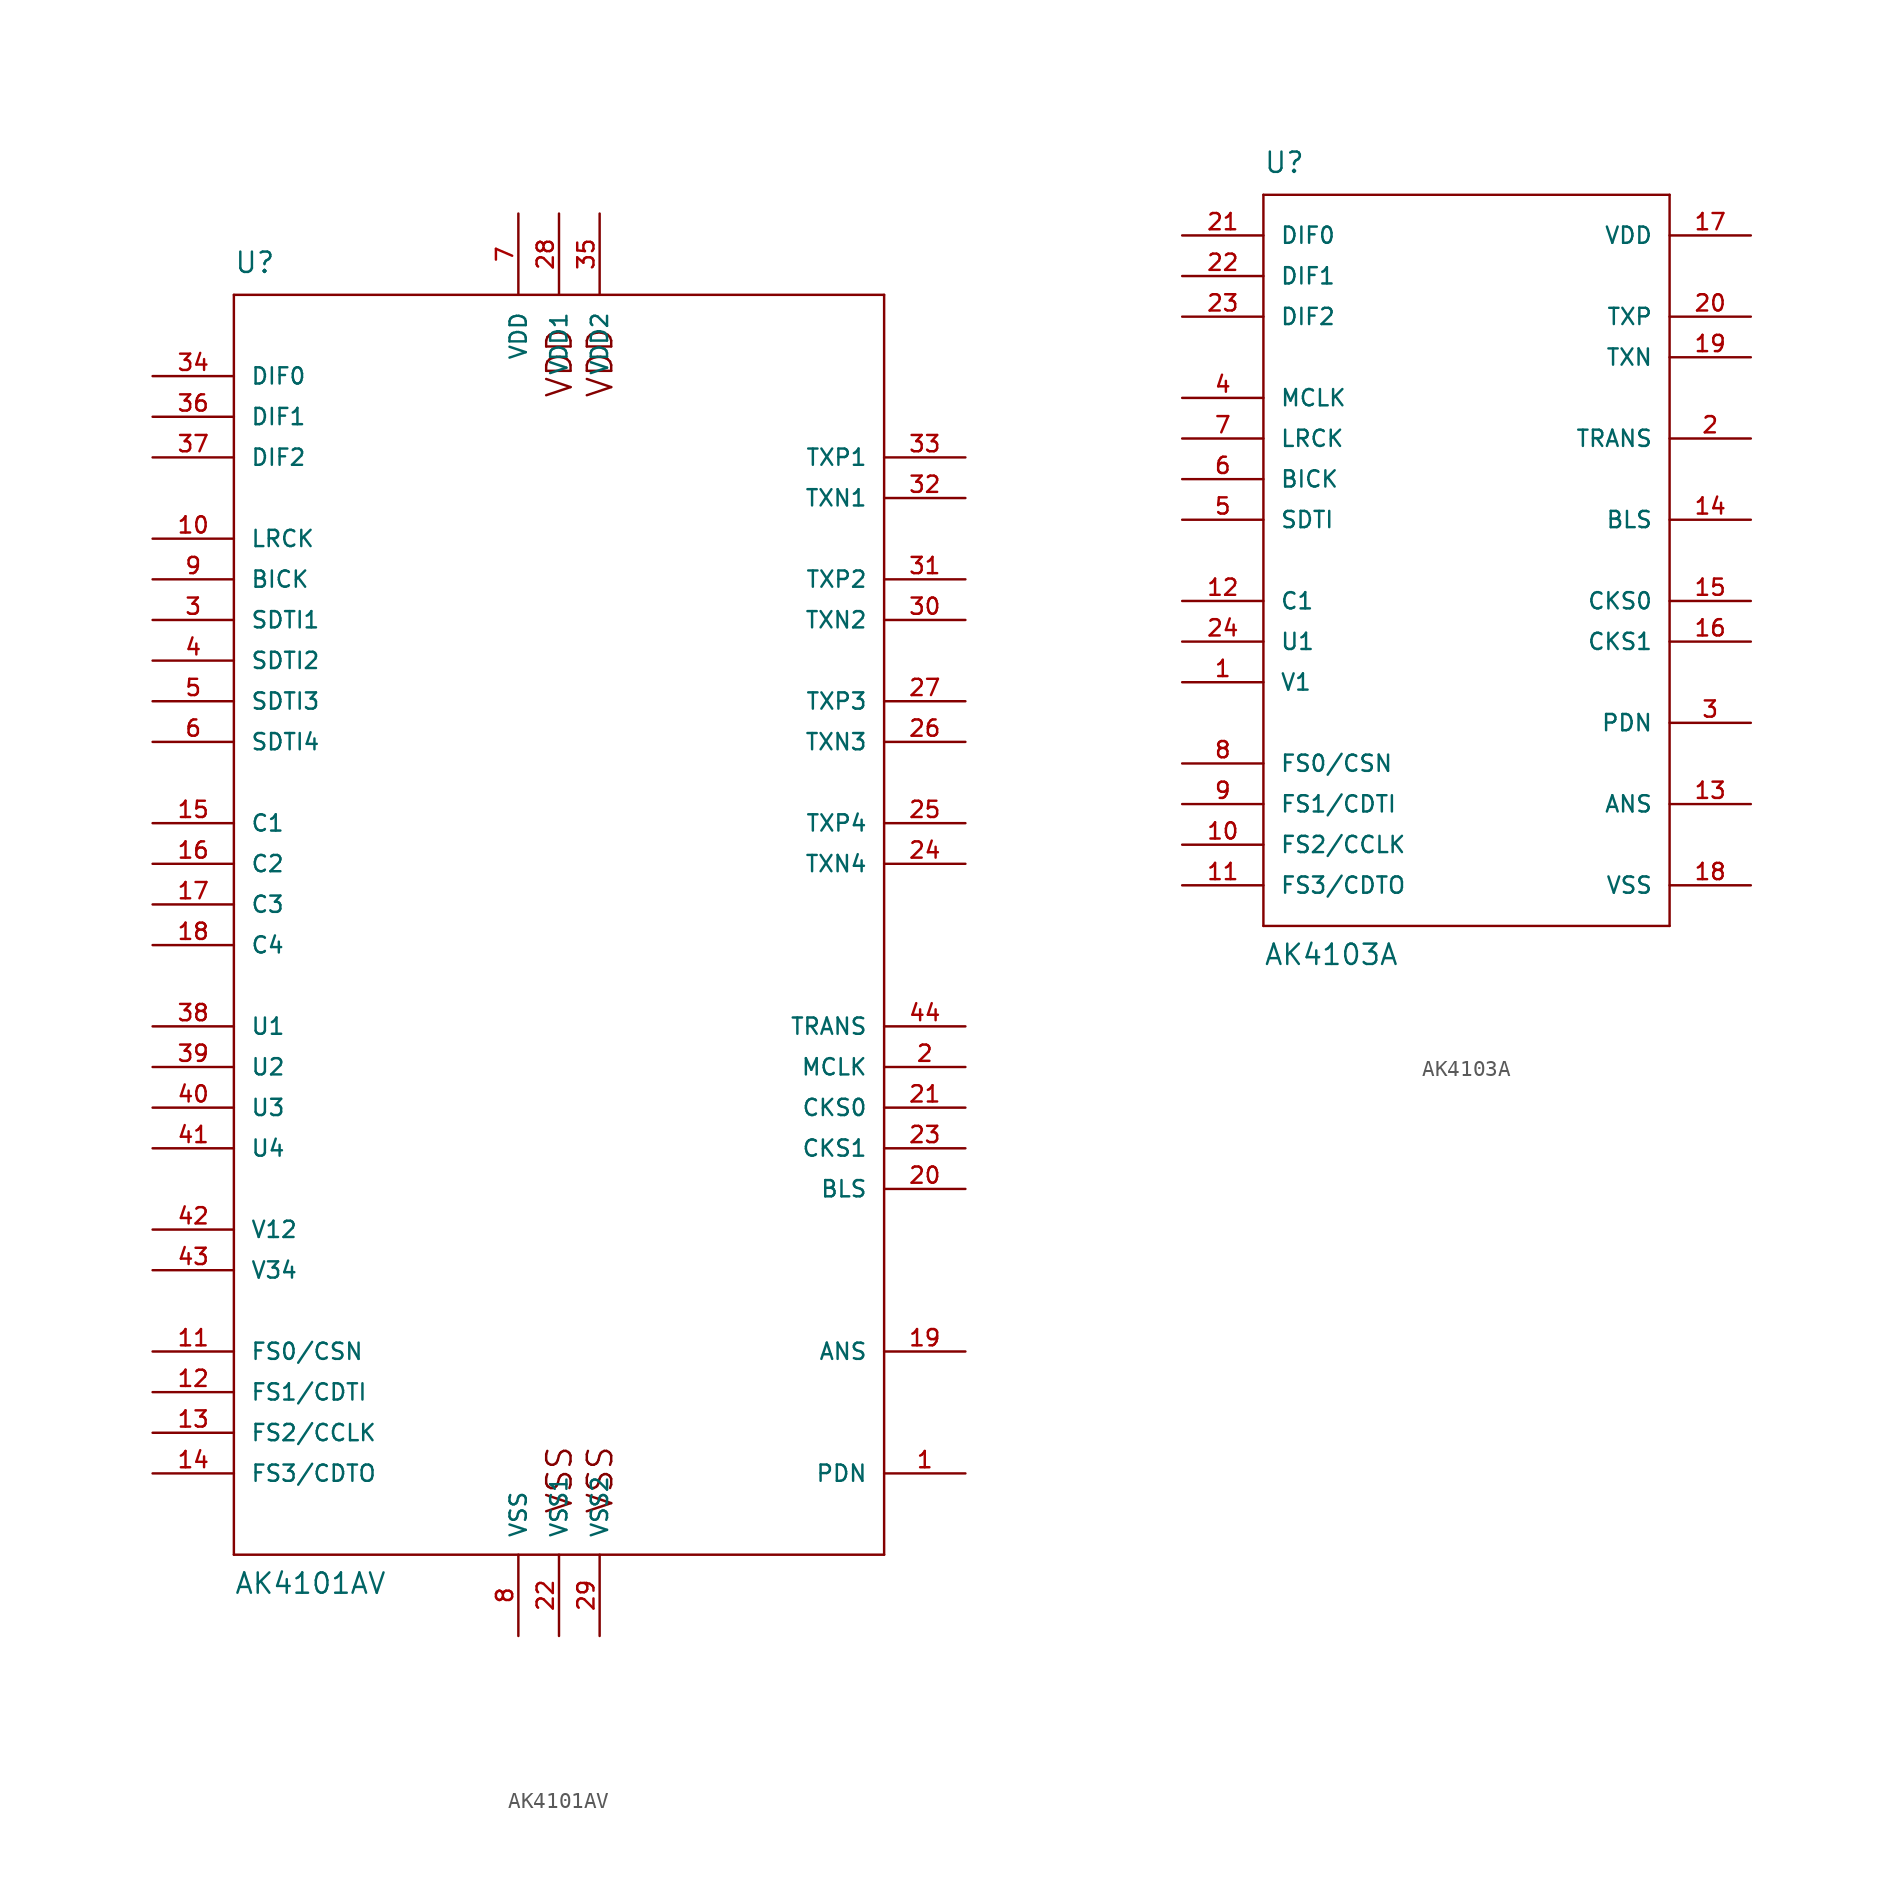
<source format=kicad_sym>
(kicad_symbol_lib
  (version 20211014)
  (generator kicad_symbol_editor)
  (symbol "AK4101AV"
    (pin_names
      (offset 1.016))
    (property "Reference" "U"
      (at -20.32 41.91 0)
      (effects (font (size 1.27 1.27)) (justify left bottom)))
    (property "Value" "AK4101AV"
      (at -20.32 -40.64 0)
      (effects (font (size 1.27 1.27)) (justify left bottom)))
    (property "ki_locked" ""
      (at 0 0 0)
      (effects (font (size 1.27 1.27))))
    (symbol "AK4101AV_1_0"
      (polyline (pts (xy -20.32 -38.1) (xy -20.32 40.64)) (stroke (width 0) (type default) (color 0 0 0 0)) (fill (type none)))
      (polyline (pts (xy -20.32 40.64) (xy 20.32 40.64)) (stroke (width 0) (type default) (color 0 0 0 0)) (fill (type none)))
      (polyline (pts (xy 20.32 -38.1) (xy -20.32 -38.1)) (stroke (width 0) (type default) (color 0 0 0 0)) (fill (type none)))
      (polyline (pts (xy 20.32 40.64) (xy 20.32 -38.1)) (stroke (width 0) (type default) (color 0 0 0 0)) (fill (type none)))
      (text "VDD" (at 0.025 36.398 1) (effects (font (size 1.524 1.524))))
      (text "VDD" (at 2.565 36.398 1) (effects (font (size 1.524 1.524))))
      (text "VSS" (at 0.025 -33.426 1) (effects (font (size 1.524 1.524))))
      (text "VSS" (at 2.565 -33.426 1) (effects (font (size 1.524 1.524)))))
    (symbol "AK4101AV_1_1"
      (pin bidirectional line (at 25.4 -33.02 180) (length 5.08) (name "PDN" (effects (font (size 1.016 1.016)))) (number "1" (effects (font (size 1.016 1.016)))))
      (pin bidirectional line (at -25.4 25.4 0) (length 5.08) (name "LRCK" (effects (font (size 1.016 1.016)))) (number "10" (effects (font (size 1.016 1.016)))))
      (pin bidirectional line (at -25.4 -25.4 0) (length 5.08) (name "FS0/CSN" (effects (font (size 1.016 1.016)))) (number "11" (effects (font (size 1.016 1.016)))))
      (pin bidirectional line (at -25.4 -27.94 0) (length 5.08) (name "FS1/CDTI" (effects (font (size 1.016 1.016)))) (number "12" (effects (font (size 1.016 1.016)))))
      (pin bidirectional line (at -25.4 -30.48 0) (length 5.08) (name "FS2/CCLK" (effects (font (size 1.016 1.016)))) (number "13" (effects (font (size 1.016 1.016)))))
      (pin bidirectional line (at -25.4 -33.02 0) (length 5.08) (name "FS3/CDTO" (effects (font (size 1.016 1.016)))) (number "14" (effects (font (size 1.016 1.016)))))
      (pin bidirectional line (at -25.4 7.62 0) (length 5.08) (name "C1" (effects (font (size 1.016 1.016)))) (number "15" (effects (font (size 1.016 1.016)))))
      (pin bidirectional line (at -25.4 5.08 0) (length 5.08) (name "C2" (effects (font (size 1.016 1.016)))) (number "16" (effects (font (size 1.016 1.016)))))
      (pin bidirectional line (at -25.4 2.54 0) (length 5.08) (name "C3" (effects (font (size 1.016 1.016)))) (number "17" (effects (font (size 1.016 1.016)))))
      (pin bidirectional line (at -25.4 0 0) (length 5.08) (name "C4" (effects (font (size 1.016 1.016)))) (number "18" (effects (font (size 1.016 1.016)))))
      (pin bidirectional line (at 25.4 -25.4 180) (length 5.08) (name "ANS" (effects (font (size 1.016 1.016)))) (number "19" (effects (font (size 1.016 1.016)))))
      (pin bidirectional line (at 25.4 -7.62 180) (length 5.08) (name "MCLK" (effects (font (size 1.016 1.016)))) (number "2" (effects (font (size 1.016 1.016)))))
      (pin bidirectional line (at 25.4 -15.24 180) (length 5.08) (name "BLS" (effects (font (size 1.016 1.016)))) (number "20" (effects (font (size 1.016 1.016)))))
      (pin bidirectional line (at 25.4 -10.16 180) (length 5.08) (name "CKS0" (effects (font (size 1.016 1.016)))) (number "21" (effects (font (size 1.016 1.016)))))
      (pin bidirectional line (at 0 -43.18 90) (length 5.08) (name "VSS1" (effects (font (size 1.016 1.016)))) (number "22" (effects (font (size 1.016 1.016)))))
      (pin bidirectional line (at 25.4 -12.7 180) (length 5.08) (name "CKS1" (effects (font (size 1.016 1.016)))) (number "23" (effects (font (size 1.016 1.016)))))
      (pin bidirectional line (at 25.4 5.08 180) (length 5.08) (name "TXN4" (effects (font (size 1.016 1.016)))) (number "24" (effects (font (size 1.016 1.016)))))
      (pin bidirectional line (at 25.4 7.62 180) (length 5.08) (name "TXP4" (effects (font (size 1.016 1.016)))) (number "25" (effects (font (size 1.016 1.016)))))
      (pin bidirectional line (at 25.4 12.7 180) (length 5.08) (name "TXN3" (effects (font (size 1.016 1.016)))) (number "26" (effects (font (size 1.016 1.016)))))
      (pin bidirectional line (at 25.4 15.24 180) (length 5.08) (name "TXP3" (effects (font (size 1.016 1.016)))) (number "27" (effects (font (size 1.016 1.016)))))
      (pin bidirectional line (at 0 45.72 270) (length 5.08) (name "VDD1" (effects (font (size 1.016 1.016)))) (number "28" (effects (font (size 1.016 1.016)))))
      (pin bidirectional line (at 2.54 -43.18 90) (length 5.08) (name "VSS2" (effects (font (size 1.016 1.016)))) (number "29" (effects (font (size 1.016 1.016)))))
      (pin bidirectional line (at -25.4 20.32 0) (length 5.08) (name "SDTI1" (effects (font (size 1.016 1.016)))) (number "3" (effects (font (size 1.016 1.016)))))
      (pin bidirectional line (at 25.4 20.32 180) (length 5.08) (name "TXN2" (effects (font (size 1.016 1.016)))) (number "30" (effects (font (size 1.016 1.016)))))
      (pin bidirectional line (at 25.4 22.86 180) (length 5.08) (name "TXP2" (effects (font (size 1.016 1.016)))) (number "31" (effects (font (size 1.016 1.016)))))
      (pin bidirectional line (at 25.4 27.94 180) (length 5.08) (name "TXN1" (effects (font (size 1.016 1.016)))) (number "32" (effects (font (size 1.016 1.016)))))
      (pin bidirectional line (at 25.4 30.48 180) (length 5.08) (name "TXP1" (effects (font (size 1.016 1.016)))) (number "33" (effects (font (size 1.016 1.016)))))
      (pin bidirectional line (at -25.4 35.56 0) (length 5.08) (name "DIF0" (effects (font (size 1.016 1.016)))) (number "34" (effects (font (size 1.016 1.016)))))
      (pin bidirectional line (at 2.54 45.72 270) (length 5.08) (name "VDD2" (effects (font (size 1.016 1.016)))) (number "35" (effects (font (size 1.016 1.016)))))
      (pin bidirectional line (at -25.4 33.02 0) (length 5.08) (name "DIF1" (effects (font (size 1.016 1.016)))) (number "36" (effects (font (size 1.016 1.016)))))
      (pin bidirectional line (at -25.4 30.48 0) (length 5.08) (name "DIF2" (effects (font (size 1.016 1.016)))) (number "37" (effects (font (size 1.016 1.016)))))
      (pin bidirectional line (at -25.4 -5.08 0) (length 5.08) (name "U1" (effects (font (size 1.016 1.016)))) (number "38" (effects (font (size 1.016 1.016)))))
      (pin bidirectional line (at -25.4 -7.62 0) (length 5.08) (name "U2" (effects (font (size 1.016 1.016)))) (number "39" (effects (font (size 1.016 1.016)))))
      (pin bidirectional line (at -25.4 17.78 0) (length 5.08) (name "SDTI2" (effects (font (size 1.016 1.016)))) (number "4" (effects (font (size 1.016 1.016)))))
      (pin bidirectional line (at -25.4 -10.16 0) (length 5.08) (name "U3" (effects (font (size 1.016 1.016)))) (number "40" (effects (font (size 1.016 1.016)))))
      (pin bidirectional line (at -25.4 -12.7 0) (length 5.08) (name "U4" (effects (font (size 1.016 1.016)))) (number "41" (effects (font (size 1.016 1.016)))))
      (pin bidirectional line (at -25.4 -17.78 0) (length 5.08) (name "V12" (effects (font (size 1.016 1.016)))) (number "42" (effects (font (size 1.016 1.016)))))
      (pin bidirectional line (at -25.4 -20.32 0) (length 5.08) (name "V34" (effects (font (size 1.016 1.016)))) (number "43" (effects (font (size 1.016 1.016)))))
      (pin bidirectional line (at 25.4 -5.08 180) (length 5.08) (name "TRANS" (effects (font (size 1.016 1.016)))) (number "44" (effects (font (size 1.016 1.016)))))
      (pin bidirectional line (at -25.4 15.24 0) (length 5.08) (name "SDTI3" (effects (font (size 1.016 1.016)))) (number "5" (effects (font (size 1.016 1.016)))))
      (pin bidirectional line (at -25.4 12.7 0) (length 5.08) (name "SDTI4" (effects (font (size 1.016 1.016)))) (number "6" (effects (font (size 1.016 1.016)))))
      (pin bidirectional line (at -2.54 45.72 270) (length 5.08) (name "VDD" (effects (font (size 1.016 1.016)))) (number "7" (effects (font (size 1.016 1.016)))))
      (pin bidirectional line (at -2.54 -43.18 90) (length 5.08) (name "VSS" (effects (font (size 1.016 1.016)))) (number "8" (effects (font (size 1.016 1.016)))))
      (pin bidirectional line (at -25.4 22.86 0) (length 5.08) (name "BICK" (effects (font (size 1.016 1.016)))) (number "9" (effects (font (size 1.016 1.016)))))))
  (symbol "AK4103A"
    (pin_names
      (offset 1.016))
    (property "Reference" "U"
      (at -12.7 21.59 0)
      (effects (font (size 1.27 1.27)) (justify left bottom)))
    (property "Value" "AK4103A"
      (at -12.7 -27.94 0)
      (effects (font (size 1.27 1.27)) (justify left bottom)))
    (property "ki_locked" ""
      (at 0 0 0)
      (effects (font (size 1.27 1.27))))
    (symbol "AK4103A_1_0"
      (polyline (pts (xy -12.7 -25.4) (xy -12.7 20.32)) (stroke (width 0) (type default) (color 0 0 0 0)) (fill (type none)))
      (polyline (pts (xy -12.7 20.32) (xy 12.7 20.32)) (stroke (width 0) (type default) (color 0 0 0 0)) (fill (type none)))
      (polyline (pts (xy 12.7 -25.4) (xy -12.7 -25.4)) (stroke (width 0) (type default) (color 0 0 0 0)) (fill (type none)))
      (polyline (pts (xy 12.7 20.32) (xy 12.7 -25.4)) (stroke (width 0) (type default) (color 0 0 0 0)) (fill (type none))))
    (symbol "AK4103A_1_1"
      (pin input line (at -17.78 -10.16 0) (length 5.08) (name "V1" (effects (font (size 1.016 1.016)))) (number "1" (effects (font (size 1.016 1.016)))))
      (pin bidirectional line (at -17.78 -20.32 0) (length 5.08) (name "FS2/CCLK" (effects (font (size 1.016 1.016)))) (number "10" (effects (font (size 1.016 1.016)))))
      (pin bidirectional line (at -17.78 -22.86 0) (length 5.08) (name "FS3/CDTO" (effects (font (size 1.016 1.016)))) (number "11" (effects (font (size 1.016 1.016)))))
      (pin input line (at -17.78 -5.08 0) (length 5.08) (name "C1" (effects (font (size 1.016 1.016)))) (number "12" (effects (font (size 1.016 1.016)))))
      (pin bidirectional line (at 17.78 -17.78 180) (length 5.08) (name "ANS" (effects (font (size 1.016 1.016)))) (number "13" (effects (font (size 1.016 1.016)))))
      (pin bidirectional line (at 17.78 0 180) (length 5.08) (name "BLS" (effects (font (size 1.016 1.016)))) (number "14" (effects (font (size 1.016 1.016)))))
      (pin input line (at 17.78 -5.08 180) (length 5.08) (name "CKS0" (effects (font (size 1.016 1.016)))) (number "15" (effects (font (size 1.016 1.016)))))
      (pin input line (at 17.78 -7.62 180) (length 5.08) (name "CKS1" (effects (font (size 1.016 1.016)))) (number "16" (effects (font (size 1.016 1.016)))))
      (pin bidirectional line (at 17.78 17.78 180) (length 5.08) (name "VDD" (effects (font (size 1.016 1.016)))) (number "17" (effects (font (size 1.016 1.016)))))
      (pin bidirectional line (at 17.78 -22.86 180) (length 5.08) (name "VSS" (effects (font (size 1.016 1.016)))) (number "18" (effects (font (size 1.016 1.016)))))
      (pin output line (at 17.78 10.16 180) (length 5.08) (name "TXN" (effects (font (size 1.016 1.016)))) (number "19" (effects (font (size 1.016 1.016)))))
      (pin input line (at 17.78 5.08 180) (length 5.08) (name "TRANS" (effects (font (size 1.016 1.016)))) (number "2" (effects (font (size 1.016 1.016)))))
      (pin output line (at 17.78 12.7 180) (length 5.08) (name "TXP" (effects (font (size 1.016 1.016)))) (number "20" (effects (font (size 1.016 1.016)))))
      (pin input line (at -17.78 17.78 0) (length 5.08) (name "DIF0" (effects (font (size 1.016 1.016)))) (number "21" (effects (font (size 1.016 1.016)))))
      (pin input line (at -17.78 15.24 0) (length 5.08) (name "DIF1" (effects (font (size 1.016 1.016)))) (number "22" (effects (font (size 1.016 1.016)))))
      (pin input line (at -17.78 12.7 0) (length 5.08) (name "DIF2" (effects (font (size 1.016 1.016)))) (number "23" (effects (font (size 1.016 1.016)))))
      (pin input line (at -17.78 -7.62 0) (length 5.08) (name "U1" (effects (font (size 1.016 1.016)))) (number "24" (effects (font (size 1.016 1.016)))))
      (pin input line (at 17.78 -12.7 180) (length 5.08) (name "PDN" (effects (font (size 1.016 1.016)))) (number "3" (effects (font (size 1.016 1.016)))))
      (pin input line (at -17.78 7.62 0) (length 5.08) (name "MCLK" (effects (font (size 1.016 1.016)))) (number "4" (effects (font (size 1.016 1.016)))))
      (pin input line (at -17.78 0 0) (length 5.08) (name "SDTI" (effects (font (size 1.016 1.016)))) (number "5" (effects (font (size 1.016 1.016)))))
      (pin bidirectional line (at -17.78 2.54 0) (length 5.08) (name "BICK" (effects (font (size 1.016 1.016)))) (number "6" (effects (font (size 1.016 1.016)))))
      (pin bidirectional line (at -17.78 5.08 0) (length 5.08) (name "LRCK" (effects (font (size 1.016 1.016)))) (number "7" (effects (font (size 1.016 1.016)))))
      (pin bidirectional line (at -17.78 -15.24 0) (length 5.08) (name "FS0/CSN" (effects (font (size 1.016 1.016)))) (number "8" (effects (font (size 1.016 1.016)))))
      (pin bidirectional line (at -17.78 -17.78 0) (length 5.08) (name "FS1/CDTI" (effects (font (size 1.016 1.016)))) (number "9" (effects (font (size 1.016 1.016))))))))
</source>
